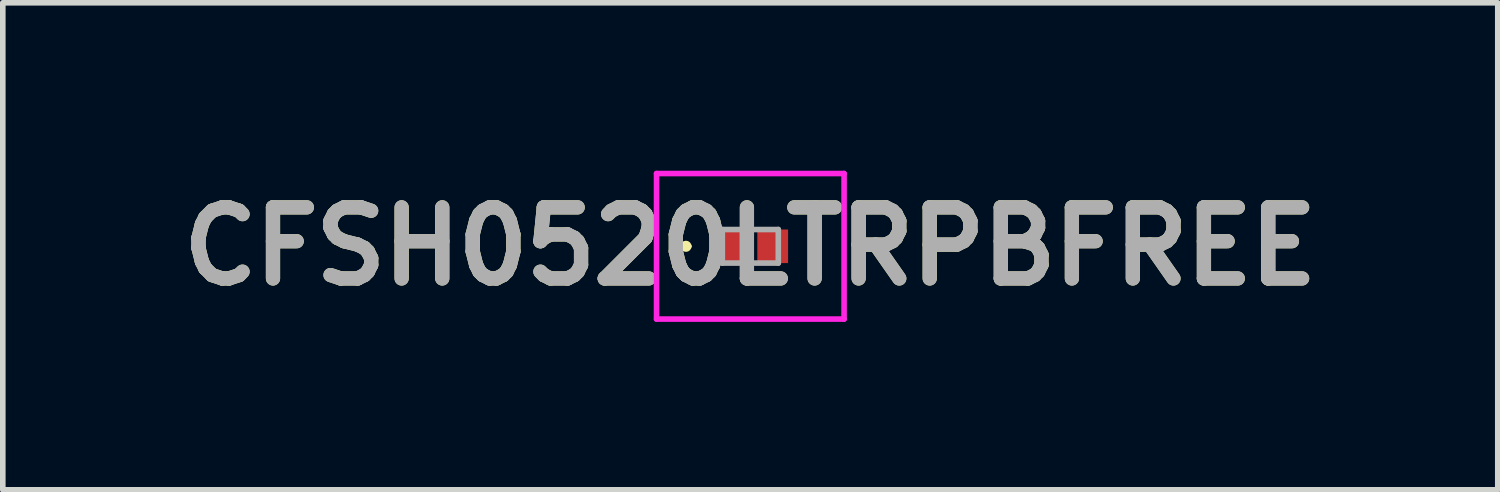
<source format=kicad_pcb>
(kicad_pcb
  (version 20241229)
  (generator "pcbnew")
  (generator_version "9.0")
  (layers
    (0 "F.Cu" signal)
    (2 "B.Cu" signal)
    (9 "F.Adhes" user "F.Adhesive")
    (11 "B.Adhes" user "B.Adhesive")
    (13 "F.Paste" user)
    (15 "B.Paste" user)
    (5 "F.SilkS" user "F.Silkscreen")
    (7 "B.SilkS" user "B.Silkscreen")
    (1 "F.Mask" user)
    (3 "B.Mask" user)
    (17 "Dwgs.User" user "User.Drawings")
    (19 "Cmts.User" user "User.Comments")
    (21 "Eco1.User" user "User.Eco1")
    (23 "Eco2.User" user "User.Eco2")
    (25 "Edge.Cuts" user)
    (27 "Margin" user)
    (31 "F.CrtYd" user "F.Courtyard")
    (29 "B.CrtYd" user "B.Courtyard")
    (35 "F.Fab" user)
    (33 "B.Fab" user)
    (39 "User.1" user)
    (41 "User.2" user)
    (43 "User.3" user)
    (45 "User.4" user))
  (footprint "CFSH0520LTRPBFREE"
    (layer "F.Cu")
    (at 10.354 1.35)
    (property "Reference" "CFSH0520LTRPBFREE" (at 0 0 0) (layer "F.SilkS") (effects (font (size 1.27 1.27) (thickness 0.254))))
    (attr smd)
    (fp_line (start -1.2 0) (end -1.2 0) (stroke (width 0.1) (type solid)) (layer "F.SilkS"))
    (fp_line (start -1.1 0) (end -1.1 0) (stroke (width 0.1) (type solid)) (layer "F.SilkS"))
    (fp_arc (start -1.2 0) (mid -1.15 -0.05) (end -1.1 0) (stroke (width 0.1) (type solid)) (layer "F.SilkS"))
    (fp_arc (start -1.1 0) (mid -1.15 0.05) (end -1.2 0) (stroke (width 0.1) (type solid)) (layer "F.SilkS"))
    (fp_line (start -1.675 -1.3) (end 1.675 -1.3) (stroke (width 0.1) (type solid)) (layer "F.CrtYd"))
    (fp_line (start -1.675 1.3) (end -1.675 -1.3) (stroke (width 0.1) (type solid)) (layer "F.CrtYd"))
    (fp_line (start 1.675 -1.3) (end 1.675 1.3) (stroke (width 0.1) (type solid)) (layer "F.CrtYd"))
    (fp_line (start 1.675 1.3) (end -1.675 1.3) (stroke (width 0.1) (type solid)) (layer "F.CrtYd"))
    (fp_line (start -0.5 -0.3) (end -0.5 0.3) (stroke (width 0.1) (type solid)) (layer "F.Fab"))
    (fp_line (start -0.5 0.3) (end 0.5 0.3) (stroke (width 0.1) (type solid)) (layer "F.Fab"))
    (fp_line (start 0.5 -0.3) (end -0.5 -0.3) (stroke (width 0.1) (type solid)) (layer "F.Fab"))
    (fp_line (start 0.5 0.3) (end 0.5 -0.3) (stroke (width 0.1) (type solid)) (layer "F.Fab"))
    (fp_text user "${REFERENCE}" (at 0 0 0) (layer "F.Fab") (effects (font (size 1.27 1.27) (thickness 0.254))))
    (pad "1" smd rect (at -0.4 0) (size 0.55 0.6) (layers "F.Cu" "F.Mask" "F.Paste"))
    (pad "2" smd rect (at 0.4 0) (size 0.55 0.6) (layers "F.Cu" "F.Mask" "F.Paste")))
  (gr_rect
    (start -3 -3)
    (end 23.707 5.7)
    (stroke (width 0.1) (type default))
    (fill no)
    (layer "Edge.Cuts")))
</source>
